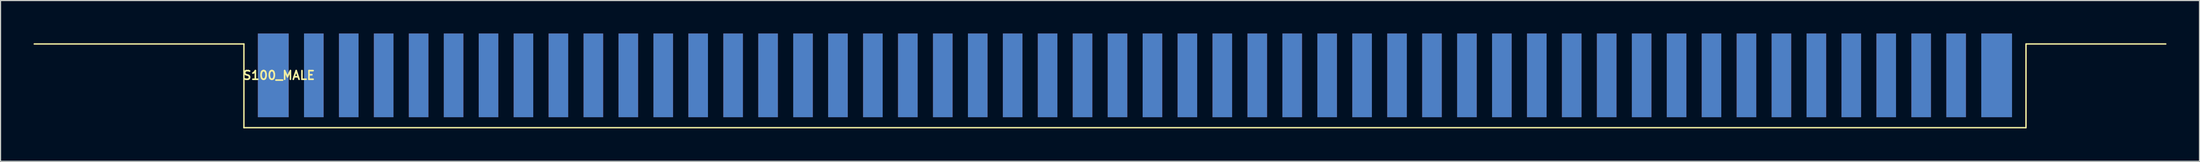
<source format=kicad_pcb>
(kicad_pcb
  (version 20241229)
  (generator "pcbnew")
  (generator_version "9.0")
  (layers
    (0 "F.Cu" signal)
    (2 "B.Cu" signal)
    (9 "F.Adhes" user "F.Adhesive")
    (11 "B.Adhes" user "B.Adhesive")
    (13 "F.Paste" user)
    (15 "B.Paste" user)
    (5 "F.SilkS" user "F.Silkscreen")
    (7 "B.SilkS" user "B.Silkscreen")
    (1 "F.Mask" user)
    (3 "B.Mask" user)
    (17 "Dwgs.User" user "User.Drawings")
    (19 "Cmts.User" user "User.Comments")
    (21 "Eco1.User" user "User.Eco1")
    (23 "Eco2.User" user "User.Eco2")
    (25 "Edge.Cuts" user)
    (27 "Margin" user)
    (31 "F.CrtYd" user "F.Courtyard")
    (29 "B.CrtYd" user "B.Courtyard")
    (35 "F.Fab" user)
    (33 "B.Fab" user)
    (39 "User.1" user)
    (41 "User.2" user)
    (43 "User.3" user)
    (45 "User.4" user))
  (footprint "S100_MALE"
    (layer "F.Cu")
    (at 22.288 3.81)
    (property "Reference" "S100_MALE" (at 0 0 0) (layer "F.SilkS") (effects (font (size 0.787 0.787) (thickness 0.15))))
    (attr smd)
    (fp_line (start -3.175 -2.857) (end -22.225 -2.857) (stroke (width 0.127) (type solid)) (layer "F.SilkS"))
    (fp_line (start -3.175 4.763) (end -3.175 -2.857) (stroke (width 0.127) (type solid)) (layer "F.SilkS"))
    (fp_line (start -3.175 4.763) (end 158.75 4.763) (stroke (width 0.127) (type solid)) (layer "F.SilkS"))
    (fp_line (start 158.75 -2.857) (end 171.45 -2.857) (stroke (width 0.127) (type solid)) (layer "F.SilkS"))
    (fp_line (start 158.75 4.763) (end 158.75 -2.857) (stroke (width 0.127) (type solid)) (layer "F.SilkS"))
    (pad "P$1" smd rect (at -0.508 0) (size 2.794 7.62) (layers "F.Cu" "F.Mask" "F.Paste"))
    (pad "P$2" smd rect (at 3.175 0) (size 1.778 7.62) (layers "F.Cu" "F.Mask" "F.Paste"))
    (pad "P$3" smd rect (at 6.35 0) (size 1.778 7.62) (layers "F.Cu" "F.Mask" "F.Paste"))
    (pad "P$4" smd rect (at 9.525 0) (size 1.778 7.62) (layers "F.Cu" "F.Mask" "F.Paste"))
    (pad "P$5" smd rect (at 12.7 0) (size 1.778 7.62) (layers "F.Cu" "F.Mask" "F.Paste"))
    (pad "P$6" smd rect (at 15.875 0) (size 1.778 7.62) (layers "F.Cu" "F.Mask" "F.Paste"))
    (pad "P$7" smd rect (at 19.05 0) (size 1.778 7.62) (layers "F.Cu" "F.Mask" "F.Paste"))
    (pad "P$8" smd rect (at 22.225 0) (size 1.778 7.62) (layers "F.Cu" "F.Mask" "F.Paste"))
    (pad "P$9" smd rect (at 25.4 0) (size 1.778 7.62) (layers "F.Cu" "F.Mask" "F.Paste"))
    (pad "P$10" smd rect (at 28.575 0) (size 1.778 7.62) (layers "F.Cu" "F.Mask" "F.Paste"))
    (pad "P$11" smd rect (at 31.75 0) (size 1.778 7.62) (layers "F.Cu" "F.Mask" "F.Paste"))
    (pad "P$12" smd rect (at 34.925 0) (size 1.778 7.62) (layers "F.Cu" "F.Mask" "F.Paste"))
    (pad "P$13" smd rect (at 38.1 0) (size 1.778 7.62) (layers "F.Cu" "F.Mask" "F.Paste"))
    (pad "P$14" smd rect (at 41.275 0) (size 1.778 7.62) (layers "F.Cu" "F.Mask" "F.Paste"))
    (pad "P$15" smd rect (at 44.45 0) (size 1.778 7.62) (layers "F.Cu" "F.Mask" "F.Paste"))
    (pad "P$16" smd rect (at 47.625 0) (size 1.778 7.62) (layers "F.Cu" "F.Mask" "F.Paste"))
    (pad "P$17" smd rect (at 50.8 0) (size 1.778 7.62) (layers "F.Cu" "F.Mask" "F.Paste"))
    (pad "P$18" smd rect (at 53.975 0) (size 1.778 7.62) (layers "F.Cu" "F.Mask" "F.Paste"))
    (pad "P$19" smd rect (at 57.15 0) (size 1.778 7.62) (layers "F.Cu" "F.Mask" "F.Paste"))
    (pad "P$20" smd rect (at 60.325 0) (size 1.778 7.62) (layers "F.Cu" "F.Mask" "F.Paste"))
    (pad "P$21" smd rect (at 63.5 0) (size 1.778 7.62) (layers "F.Cu" "F.Mask" "F.Paste"))
    (pad "P$22" smd rect (at 66.675 0) (size 1.778 7.62) (layers "F.Cu" "F.Mask" "F.Paste"))
    (pad "P$23" smd rect (at 69.85 0) (size 1.778 7.62) (layers "F.Cu" "F.Mask" "F.Paste"))
    (pad "P$24" smd rect (at 73.025 0) (size 1.778 7.62) (layers "F.Cu" "F.Mask" "F.Paste"))
    (pad "P$25" smd rect (at 76.2 0) (size 1.778 7.62) (layers "F.Cu" "F.Mask" "F.Paste"))
    (pad "P$26" smd rect (at 79.375 0) (size 1.778 7.62) (layers "F.Cu" "F.Mask" "F.Paste"))
    (pad "P$27" smd rect (at 82.55 0) (size 1.778 7.62) (layers "F.Cu" "F.Mask" "F.Paste"))
    (pad "P$28" smd rect (at 85.725 0) (size 1.778 7.62) (layers "F.Cu" "F.Mask" "F.Paste"))
    (pad "P$29" smd rect (at 88.9 0) (size 1.778 7.62) (layers "F.Cu" "F.Mask" "F.Paste"))
    (pad "P$30" smd rect (at 92.075 0) (size 1.778 7.62) (layers "F.Cu" "F.Mask" "F.Paste"))
    (pad "P$31" smd rect (at 95.25 0) (size 1.778 7.62) (layers "F.Cu" "F.Mask" "F.Paste"))
    (pad "P$32" smd rect (at 98.425 0) (size 1.778 7.62) (layers "F.Cu" "F.Mask" "F.Paste"))
    (pad "P$33" smd rect (at 101.6 0) (size 1.778 7.62) (layers "F.Cu" "F.Mask" "F.Paste"))
    (pad "P$34" smd rect (at 104.775 0) (size 1.778 7.62) (layers "F.Cu" "F.Mask" "F.Paste"))
    (pad "P$35" smd rect (at 107.95 0) (size 1.778 7.62) (layers "F.Cu" "F.Mask" "F.Paste"))
    (pad "P$36" smd rect (at 111.125 0) (size 1.778 7.62) (layers "F.Cu" "F.Mask" "F.Paste"))
    (pad "P$37" smd rect (at 114.3 0) (size 1.778 7.62) (layers "F.Cu" "F.Mask" "F.Paste"))
    (pad "P$38" smd rect (at 117.475 0) (size 1.778 7.62) (layers "F.Cu" "F.Mask" "F.Paste"))
    (pad "P$39" smd rect (at 120.65 0) (size 1.778 7.62) (layers "F.Cu" "F.Mask" "F.Paste"))
    (pad "P$40" smd rect (at 123.825 0) (size 1.778 7.62) (layers "F.Cu" "F.Mask" "F.Paste"))
    (pad "P$41" smd rect (at 127 0) (size 1.778 7.62) (layers "F.Cu" "F.Mask" "F.Paste"))
    (pad "P$42" smd rect (at 130.175 0) (size 1.778 7.62) (layers "F.Cu" "F.Mask" "F.Paste"))
    (pad "P$43" smd rect (at 133.35 0) (size 1.778 7.62) (layers "F.Cu" "F.Mask" "F.Paste"))
    (pad "P$44" smd rect (at 136.525 0) (size 1.778 7.62) (layers "F.Cu" "F.Mask" "F.Paste"))
    (pad "P$45" smd rect (at 139.7 0) (size 1.778 7.62) (layers "F.Cu" "F.Mask" "F.Paste"))
    (pad "P$46" smd rect (at 142.875 0) (size 1.778 7.62) (layers "F.Cu" "F.Mask" "F.Paste"))
    (pad "P$47" smd rect (at 146.05 0) (size 1.778 7.62) (layers "F.Cu" "F.Mask" "F.Paste"))
    (pad "P$48" smd rect (at 149.225 0) (size 1.778 7.62) (layers "F.Cu" "F.Mask" "F.Paste"))
    (pad "P$49" smd rect (at 152.4 0) (size 1.778 7.62) (layers "F.Cu" "F.Mask" "F.Paste"))
    (pad "P$50" smd rect (at 156.083 0) (size 2.794 7.62) (layers "F.Cu" "F.Mask" "F.Paste"))
    (pad "P$51" smd rect (at -0.508 0) (size 2.794 7.62) (layers "B.Cu" "B.Mask" "B.Paste"))
    (pad "P$52" smd rect (at 3.175 0) (size 1.778 7.62) (layers "B.Cu" "B.Mask" "B.Paste"))
    (pad "P$53" smd rect (at 6.35 0) (size 1.778 7.62) (layers "B.Cu" "B.Mask" "B.Paste"))
    (pad "P$54" smd rect (at 9.525 0) (size 1.778 7.62) (layers "B.Cu" "B.Mask" "B.Paste"))
    (pad "P$55" smd rect (at 12.7 0) (size 1.778 7.62) (layers "B.Cu" "B.Mask" "B.Paste"))
    (pad "P$56" smd rect (at 15.875 0) (size 1.778 7.62) (layers "B.Cu" "B.Mask" "B.Paste"))
    (pad "P$57" smd rect (at 19.05 0) (size 1.778 7.62) (layers "B.Cu" "B.Mask" "B.Paste"))
    (pad "P$58" smd rect (at 22.225 0) (size 1.778 7.62) (layers "B.Cu" "B.Mask" "B.Paste"))
    (pad "P$59" smd rect (at 25.4 0) (size 1.778 7.62) (layers "B.Cu" "B.Mask" "B.Paste"))
    (pad "P$60" smd rect (at 28.575 0) (size 1.778 7.62) (layers "B.Cu" "B.Mask" "B.Paste"))
    (pad "P$61" smd rect (at 31.75 0) (size 1.778 7.62) (layers "B.Cu" "B.Mask" "B.Paste"))
    (pad "P$62" smd rect (at 34.925 0) (size 1.778 7.62) (layers "B.Cu" "B.Mask" "B.Paste"))
    (pad "P$63" smd rect (at 38.1 0) (size 1.778 7.62) (layers "B.Cu" "B.Mask" "B.Paste"))
    (pad "P$64" smd rect (at 41.275 0) (size 1.778 7.62) (layers "B.Cu" "B.Mask" "B.Paste"))
    (pad "P$65" smd rect (at 44.45 0) (size 1.778 7.62) (layers "B.Cu" "B.Mask" "B.Paste"))
    (pad "P$66" smd rect (at 47.625 0) (size 1.778 7.62) (layers "B.Cu" "B.Mask" "B.Paste"))
    (pad "P$67" smd rect (at 50.8 0) (size 1.778 7.62) (layers "B.Cu" "B.Mask" "B.Paste"))
    (pad "P$68" smd rect (at 53.975 0) (size 1.778 7.62) (layers "B.Cu" "B.Mask" "B.Paste"))
    (pad "P$69" smd rect (at 57.15 0) (size 1.778 7.62) (layers "B.Cu" "B.Mask" "B.Paste"))
    (pad "P$70" smd rect (at 60.325 0) (size 1.778 7.62) (layers "B.Cu" "B.Mask" "B.Paste"))
    (pad "P$71" smd rect (at 63.5 0) (size 1.778 7.62) (layers "B.Cu" "B.Mask" "B.Paste"))
    (pad "P$72" smd rect (at 66.675 0) (size 1.778 7.62) (layers "B.Cu" "B.Mask" "B.Paste"))
    (pad "P$73" smd rect (at 69.85 0) (size 1.778 7.62) (layers "B.Cu" "B.Mask" "B.Paste"))
    (pad "P$74" smd rect (at 73.025 0) (size 1.778 7.62) (layers "B.Cu" "B.Mask" "B.Paste"))
    (pad "P$75" smd rect (at 76.2 0) (size 1.778 7.62) (layers "B.Cu" "B.Mask" "B.Paste"))
    (pad "P$76" smd rect (at 79.375 0) (size 1.778 7.62) (layers "B.Cu" "B.Mask" "B.Paste"))
    (pad "P$77" smd rect (at 82.55 0) (size 1.778 7.62) (layers "B.Cu" "B.Mask" "B.Paste"))
    (pad "P$78" smd rect (at 85.725 0) (size 1.778 7.62) (layers "B.Cu" "B.Mask" "B.Paste"))
    (pad "P$79" smd rect (at 88.9 0) (size 1.778 7.62) (layers "B.Cu" "B.Mask" "B.Paste"))
    (pad "P$80" smd rect (at 92.075 0) (size 1.778 7.62) (layers "B.Cu" "B.Mask" "B.Paste"))
    (pad "P$81" smd rect (at 95.25 0) (size 1.778 7.62) (layers "B.Cu" "B.Mask" "B.Paste"))
    (pad "P$82" smd rect (at 98.425 0) (size 1.778 7.62) (layers "B.Cu" "B.Mask" "B.Paste"))
    (pad "P$83" smd rect (at 101.6 0) (size 1.778 7.62) (layers "B.Cu" "B.Mask" "B.Paste"))
    (pad "P$84" smd rect (at 104.775 0) (size 1.778 7.62) (layers "B.Cu" "B.Mask" "B.Paste"))
    (pad "P$85" smd rect (at 107.95 0) (size 1.778 7.62) (layers "B.Cu" "B.Mask" "B.Paste"))
    (pad "P$86" smd rect (at 111.125 0) (size 1.778 7.62) (layers "B.Cu" "B.Mask" "B.Paste"))
    (pad "P$87" smd rect (at 114.3 0) (size 1.778 7.62) (layers "B.Cu" "B.Mask" "B.Paste"))
    (pad "P$88" smd rect (at 117.475 0) (size 1.778 7.62) (layers "B.Cu" "B.Mask" "B.Paste"))
    (pad "P$89" smd rect (at 120.65 0) (size 1.778 7.62) (layers "B.Cu" "B.Mask" "B.Paste"))
    (pad "P$90" smd rect (at 123.825 0) (size 1.778 7.62) (layers "B.Cu" "B.Mask" "B.Paste"))
    (pad "P$91" smd rect (at 127 0) (size 1.778 7.62) (layers "B.Cu" "B.Mask" "B.Paste"))
    (pad "P$92" smd rect (at 130.175 0) (size 1.778 7.62) (layers "B.Cu" "B.Mask" "B.Paste"))
    (pad "P$93" smd rect (at 133.35 0) (size 1.778 7.62) (layers "B.Cu" "B.Mask" "B.Paste"))
    (pad "P$94" smd rect (at 136.525 0) (size 1.778 7.62) (layers "B.Cu" "B.Mask" "B.Paste"))
    (pad "P$95" smd rect (at 139.7 0) (size 1.778 7.62) (layers "B.Cu" "B.Mask" "B.Paste"))
    (pad "P$96" smd rect (at 142.875 0) (size 1.778 7.62) (layers "B.Cu" "B.Mask" "B.Paste"))
    (pad "P$97" smd rect (at 146.05 0) (size 1.778 7.62) (layers "B.Cu" "B.Mask" "B.Paste"))
    (pad "P$98" smd rect (at 149.225 0) (size 1.778 7.62) (layers "B.Cu" "B.Mask" "B.Paste"))
    (pad "P$99" smd rect (at 152.4 0) (size 1.778 7.62) (layers "B.Cu" "B.Mask" "B.Paste"))
    (pad "P$100" smd rect (at 156.083 0) (size 2.794 7.62) (layers "B.Cu" "B.Mask" "B.Paste")))
  (gr_rect
    (start -3 -3)
    (end 196.802 11.636)
    (stroke (width 0.1) (type default))
    (fill no)
    (layer "Edge.Cuts")))
</source>
